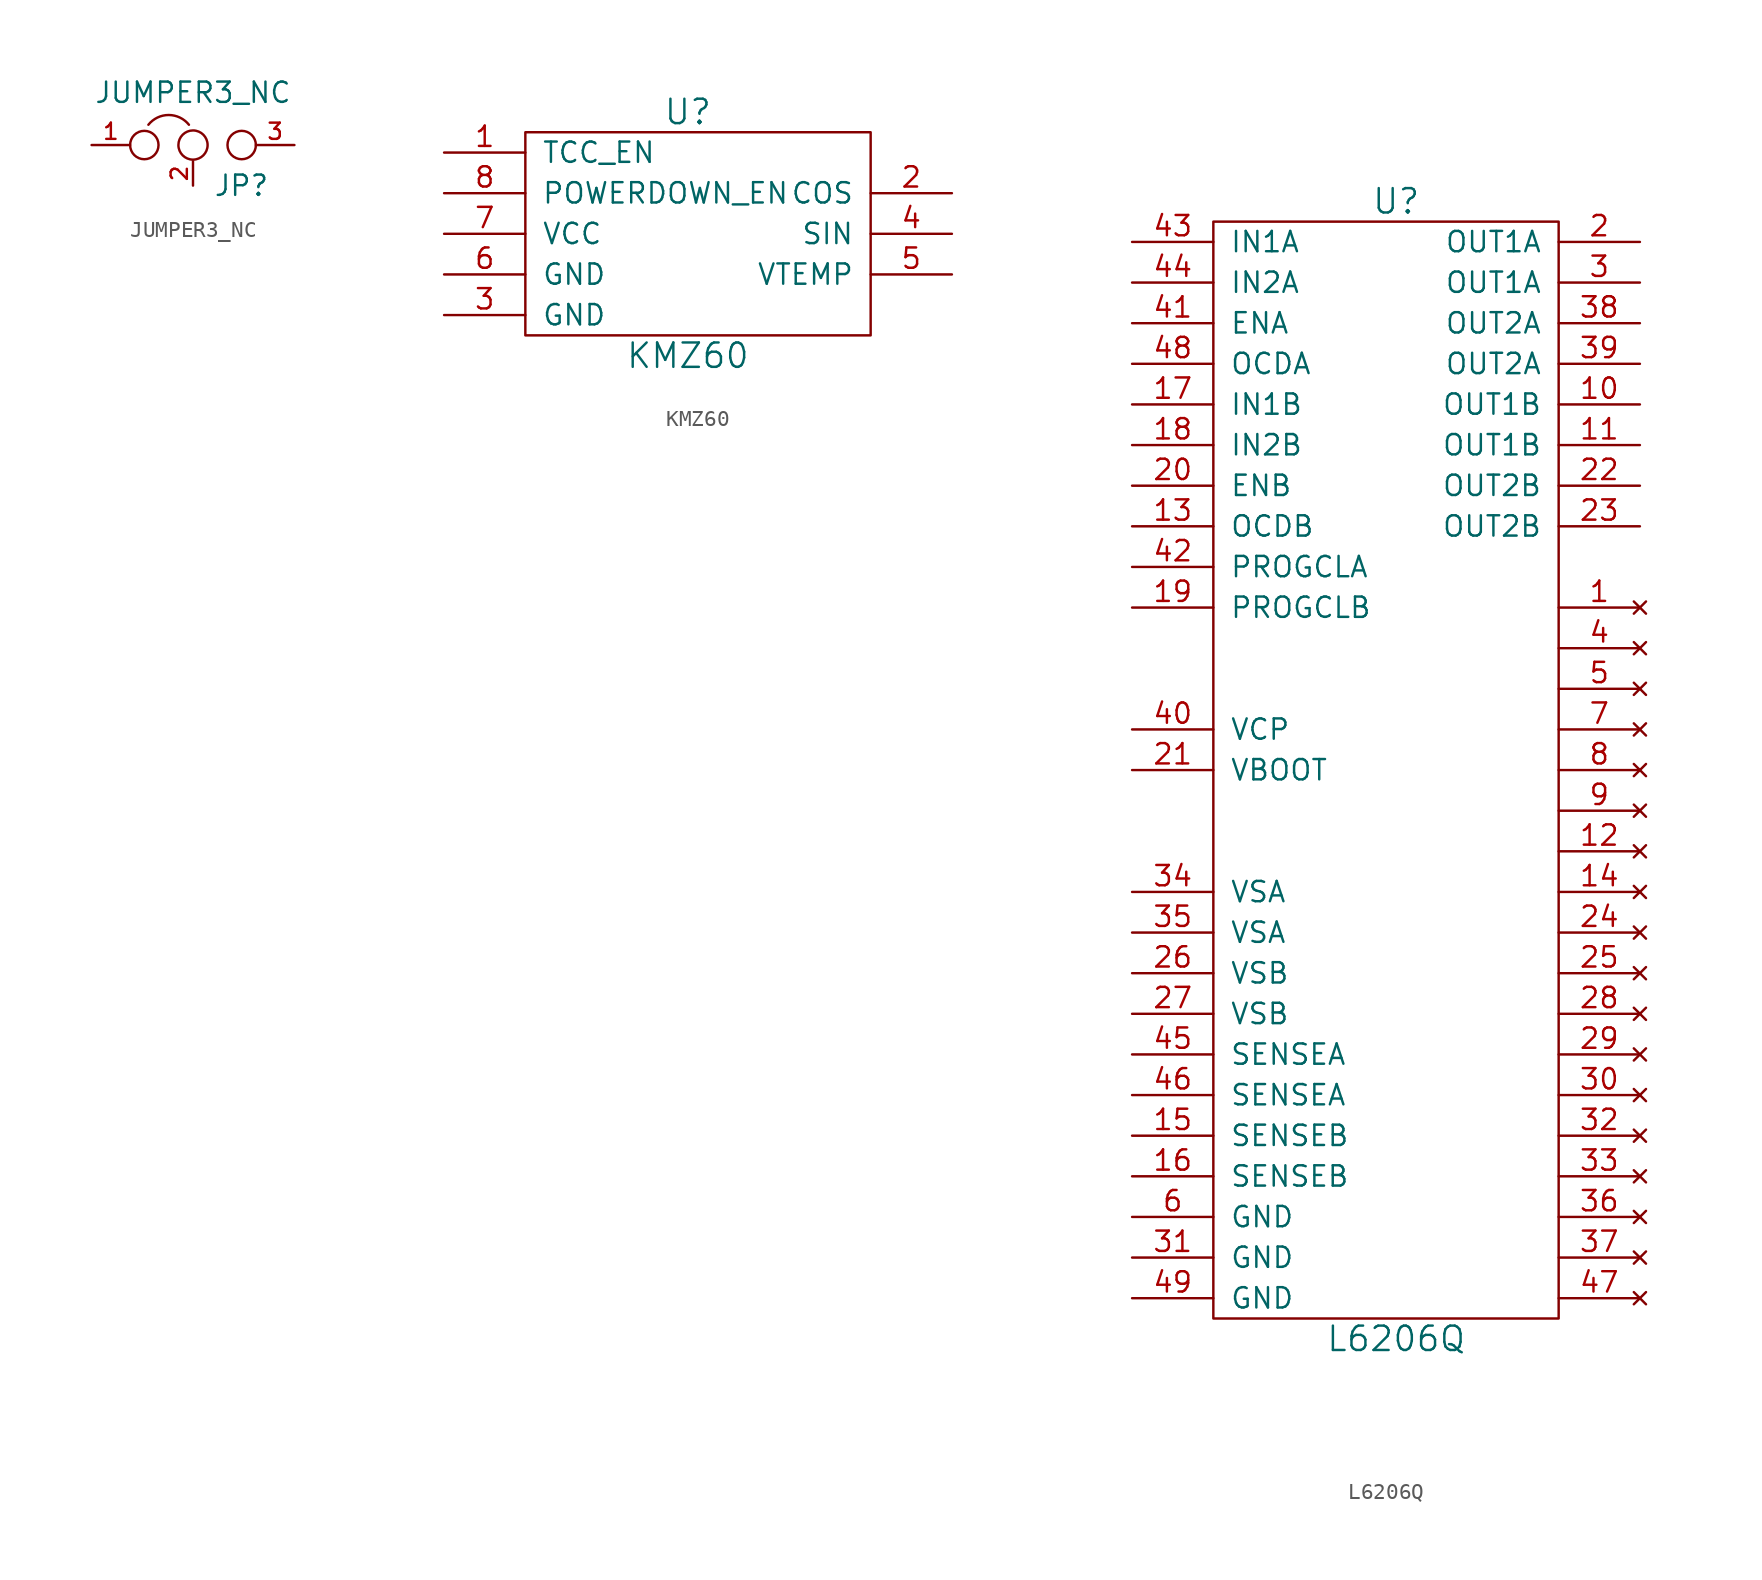
<source format=kicad_sym>
(kicad_symbol_lib
  (version 20220914)
  (generator kicad_symbol_editor)
  (symbol "JUMPER3_NC"
    (pin_names
      (offset 0.762) hide)
    (property "Reference" "JP"
      (at 1.27 -2.54 0)
      (effects (font (size 1.27 1.27)) (justify left)))
    (property "Value" "JUMPER3_NC"
      (at 0 2.54 0)
      (effects (font (size 1.27 1.27)) (justify bottom)))
    (property "Footprint" ""
      (at 0 0 0)
      (effects (font (size 1.27 1.27))))
    (property "Datasheet" ""
      (at 0 0 0)
      (effects (font (size 1.27 1.27))))
    (symbol "JUMPER3_NC_0_1"
      (circle (center -3.048 0) (radius 0.889) (stroke (width 0) (type default)) (fill (type none)))
      (arc (start -0.254 1.27) (mid -1.524 1.8804) (end -2.794 1.27) (stroke (width 0) (type default)) (fill (type none)))
      (circle (center 0 0) (radius 0.914) (stroke (width 0) (type default)) (fill (type none)))
      (circle (center 3.048 0) (radius 0.889) (stroke (width 0) (type default)) (fill (type none)))
      (pin passive line (at -6.35 0 0) (length 2.413) (name "1" (effects (font (size 1.016 1.016)))) (number "1" (effects (font (size 1.016 1.016)))))
      (pin passive line (at 0 -2.54 90) (length 1.524) (name "2" (effects (font (size 1.016 1.016)))) (number "2" (effects (font (size 1.016 1.016)))))
      (pin passive line (at 6.35 0 180) (length 2.413) (name "3" (effects (font (size 1.016 1.016)))) (number "3" (effects (font (size 1.016 1.016)))))))
  (symbol "KMZ60"
    (pin_names
      (offset 1.016))
    (property "Reference" "U"
      (at 0 7.62 0)
      (effects (font (size 1.524 1.524))))
    (property "Value" "KMZ60"
      (at 0 -7.62 0)
      (effects (font (size 1.524 1.524))))
    (symbol "KMZ60_0_1"
      (rectangle (start -10.16 6.35) (end 11.43 -6.35) (stroke (width 0) (type default)) (fill (type none))))
    (symbol "KMZ60_1_1"
      (pin input line (at -15.24 5.08 0) (length 5.08) (name "TCC_EN" (effects (font (size 1.27 1.27)))) (number "1" (effects (font (size 1.27 1.27)))))
      (pin output line (at 16.51 2.54 180) (length 5.08) (name "COS" (effects (font (size 1.27 1.27)))) (number "2" (effects (font (size 1.27 1.27)))))
      (pin power_in line (at -15.24 -5.08 0) (length 5.08) (name "GND" (effects (font (size 1.27 1.27)))) (number "3" (effects (font (size 1.27 1.27)))))
      (pin output line (at 16.51 0 180) (length 5.08) (name "SIN" (effects (font (size 1.27 1.27)))) (number "4" (effects (font (size 1.27 1.27)))))
      (pin output line (at 16.51 -2.54 180) (length 5.08) (name "VTEMP" (effects (font (size 1.27 1.27)))) (number "5" (effects (font (size 1.27 1.27)))))
      (pin power_in line (at -15.24 -2.54 0) (length 5.08) (name "GND" (effects (font (size 1.27 1.27)))) (number "6" (effects (font (size 1.27 1.27)))))
      (pin power_in line (at -15.24 0 0) (length 5.08) (name "VCC" (effects (font (size 1.27 1.27)))) (number "7" (effects (font (size 1.27 1.27)))))
      (pin input line (at -15.24 2.54 0) (length 5.08) (name "POWERDOWN_EN" (effects (font (size 1.27 1.27)))) (number "8" (effects (font (size 1.27 1.27)))))))
  (symbol "L6206Q"
    (pin_names
      (offset 1.016))
    (property "Reference" "U"
      (at 0 34.29 0)
      (effects (font (size 1.524 1.524))))
    (property "Value" "L6206Q"
      (at 0 -36.83 0)
      (effects (font (size 1.524 1.524))))
    (symbol "L6206Q_0_1"
      (rectangle (start -11.43 -35.56) (end 10.16 33.02) (stroke (width 0) (type default)) (fill (type none))))
    (symbol "L6206Q_1_1"
      (pin no_connect line (at 15.24 8.89 180) (length 5.08) (name "~" (effects (font (size 1.27 1.27)))) (number "1" (effects (font (size 1.27 1.27)))))
      (pin output line (at 15.24 21.59 180) (length 5.08) (name "OUT1B" (effects (font (size 1.27 1.27)))) (number "10" (effects (font (size 1.27 1.27)))))
      (pin output line (at 15.24 19.05 180) (length 5.08) (name "OUT1B" (effects (font (size 1.27 1.27)))) (number "11" (effects (font (size 1.27 1.27)))))
      (pin no_connect line (at 15.24 -6.35 180) (length 5.08) (name "~" (effects (font (size 1.27 1.27)))) (number "12" (effects (font (size 1.27 1.27)))))
      (pin power_in line (at -16.51 13.97 0) (length 5.08) (name "OCDB" (effects (font (size 1.27 1.27)))) (number "13" (effects (font (size 1.27 1.27)))))
      (pin no_connect line (at 15.24 -8.89 180) (length 5.08) (name "~" (effects (font (size 1.27 1.27)))) (number "14" (effects (font (size 1.27 1.27)))))
      (pin power_in line (at -16.51 -24.13 0) (length 5.08) (name "SENSEB" (effects (font (size 1.27 1.27)))) (number "15" (effects (font (size 1.27 1.27)))))
      (pin power_in line (at -16.51 -26.67 0) (length 5.08) (name "SENSEB" (effects (font (size 1.27 1.27)))) (number "16" (effects (font (size 1.27 1.27)))))
      (pin output line (at -16.51 21.59 0) (length 5.08) (name "IN1B" (effects (font (size 1.27 1.27)))) (number "17" (effects (font (size 1.27 1.27)))))
      (pin output line (at -16.51 19.05 0) (length 5.08) (name "IN2B" (effects (font (size 1.27 1.27)))) (number "18" (effects (font (size 1.27 1.27)))))
      (pin power_in line (at -16.51 8.89 0) (length 5.08) (name "PROGCLB" (effects (font (size 1.27 1.27)))) (number "19" (effects (font (size 1.27 1.27)))))
      (pin output line (at 15.24 31.75 180) (length 5.08) (name "OUT1A" (effects (font (size 1.27 1.27)))) (number "2" (effects (font (size 1.27 1.27)))))
      (pin output line (at -16.51 16.51 0) (length 5.08) (name "ENB" (effects (font (size 1.27 1.27)))) (number "20" (effects (font (size 1.27 1.27)))))
      (pin power_in line (at -16.51 -1.27 0) (length 5.08) (name "VBOOT" (effects (font (size 1.27 1.27)))) (number "21" (effects (font (size 1.27 1.27)))))
      (pin output line (at 15.24 16.51 180) (length 5.08) (name "OUT2B" (effects (font (size 1.27 1.27)))) (number "22" (effects (font (size 1.27 1.27)))))
      (pin output line (at 15.24 13.97 180) (length 5.08) (name "OUT2B" (effects (font (size 1.27 1.27)))) (number "23" (effects (font (size 1.27 1.27)))))
      (pin no_connect line (at 15.24 -11.43 180) (length 5.08) (name "~" (effects (font (size 1.27 1.27)))) (number "24" (effects (font (size 1.27 1.27)))))
      (pin no_connect line (at 15.24 -13.97 180) (length 5.08) (name "~" (effects (font (size 1.27 1.27)))) (number "25" (effects (font (size 1.27 1.27)))))
      (pin power_in line (at -16.51 -13.97 0) (length 5.08) (name "VSB" (effects (font (size 1.27 1.27)))) (number "26" (effects (font (size 1.27 1.27)))))
      (pin power_in line (at -16.51 -16.51 0) (length 5.08) (name "VSB" (effects (font (size 1.27 1.27)))) (number "27" (effects (font (size 1.27 1.27)))))
      (pin no_connect line (at 15.24 -16.51 180) (length 5.08) (name "~" (effects (font (size 1.27 1.27)))) (number "28" (effects (font (size 1.27 1.27)))))
      (pin no_connect line (at 15.24 -19.05 180) (length 5.08) (name "~" (effects (font (size 1.27 1.27)))) (number "29" (effects (font (size 1.27 1.27)))))
      (pin output line (at 15.24 29.21 180) (length 5.08) (name "OUT1A" (effects (font (size 1.27 1.27)))) (number "3" (effects (font (size 1.27 1.27)))))
      (pin no_connect line (at 15.24 -21.59 180) (length 5.08) (name "~" (effects (font (size 1.27 1.27)))) (number "30" (effects (font (size 1.27 1.27)))))
      (pin power_in line (at -16.51 -31.75 0) (length 5.08) (name "GND" (effects (font (size 1.27 1.27)))) (number "31" (effects (font (size 1.27 1.27)))))
      (pin no_connect line (at 15.24 -24.13 180) (length 5.08) (name "~" (effects (font (size 1.27 1.27)))) (number "32" (effects (font (size 1.27 1.27)))))
      (pin no_connect line (at 15.24 -26.67 180) (length 5.08) (name "~" (effects (font (size 1.27 1.27)))) (number "33" (effects (font (size 1.27 1.27)))))
      (pin power_in line (at -16.51 -8.89 0) (length 5.08) (name "VSA" (effects (font (size 1.27 1.27)))) (number "34" (effects (font (size 1.27 1.27)))))
      (pin power_in line (at -16.51 -11.43 0) (length 5.08) (name "VSA" (effects (font (size 1.27 1.27)))) (number "35" (effects (font (size 1.27 1.27)))))
      (pin no_connect line (at 15.24 -29.21 180) (length 5.08) (name "~" (effects (font (size 1.27 1.27)))) (number "36" (effects (font (size 1.27 1.27)))))
      (pin no_connect line (at 15.24 -31.75 180) (length 5.08) (name "~" (effects (font (size 1.27 1.27)))) (number "37" (effects (font (size 1.27 1.27)))))
      (pin output line (at 15.24 26.67 180) (length 5.08) (name "OUT2A" (effects (font (size 1.27 1.27)))) (number "38" (effects (font (size 1.27 1.27)))))
      (pin output line (at 15.24 24.13 180) (length 5.08) (name "OUT2A" (effects (font (size 1.27 1.27)))) (number "39" (effects (font (size 1.27 1.27)))))
      (pin no_connect line (at 15.24 6.35 180) (length 5.08) (name "~" (effects (font (size 1.27 1.27)))) (number "4" (effects (font (size 1.27 1.27)))))
      (pin power_in line (at -16.51 1.27 0) (length 5.08) (name "VCP" (effects (font (size 1.27 1.27)))) (number "40" (effects (font (size 1.27 1.27)))))
      (pin output line (at -16.51 26.67 0) (length 5.08) (name "ENA" (effects (font (size 1.27 1.27)))) (number "41" (effects (font (size 1.27 1.27)))))
      (pin power_in line (at -16.51 11.43 0) (length 5.08) (name "PROGCLA" (effects (font (size 1.27 1.27)))) (number "42" (effects (font (size 1.27 1.27)))))
      (pin output line (at -16.51 31.75 0) (length 5.08) (name "IN1A" (effects (font (size 1.27 1.27)))) (number "43" (effects (font (size 1.27 1.27)))))
      (pin output line (at -16.51 29.21 0) (length 5.08) (name "IN2A" (effects (font (size 1.27 1.27)))) (number "44" (effects (font (size 1.27 1.27)))))
      (pin power_in line (at -16.51 -19.05 0) (length 5.08) (name "SENSEA" (effects (font (size 1.27 1.27)))) (number "45" (effects (font (size 1.27 1.27)))))
      (pin power_in line (at -16.51 -21.59 0) (length 5.08) (name "SENSEA" (effects (font (size 1.27 1.27)))) (number "46" (effects (font (size 1.27 1.27)))))
      (pin no_connect line (at 15.24 -34.29 180) (length 5.08) (name "~" (effects (font (size 1.27 1.27)))) (number "47" (effects (font (size 1.27 1.27)))))
      (pin power_in line (at -16.51 24.13 0) (length 5.08) (name "OCDA" (effects (font (size 1.27 1.27)))) (number "48" (effects (font (size 1.27 1.27)))))
      (pin power_in line (at -16.51 -34.29 0) (length 5.08) (name "GND" (effects (font (size 1.27 1.27)))) (number "49" (effects (font (size 1.27 1.27)))))
      (pin no_connect line (at 15.24 3.81 180) (length 5.08) (name "~" (effects (font (size 1.27 1.27)))) (number "5" (effects (font (size 1.27 1.27)))))
      (pin power_in line (at -16.51 -29.21 0) (length 5.08) (name "GND" (effects (font (size 1.27 1.27)))) (number "6" (effects (font (size 1.27 1.27)))))
      (pin no_connect line (at 15.24 1.27 180) (length 5.08) (name "~" (effects (font (size 1.27 1.27)))) (number "7" (effects (font (size 1.27 1.27)))))
      (pin no_connect line (at 15.24 -1.27 180) (length 5.08) (name "~" (effects (font (size 1.27 1.27)))) (number "8" (effects (font (size 1.27 1.27)))))
      (pin no_connect line (at 15.24 -3.81 180) (length 5.08) (name "~" (effects (font (size 1.27 1.27)))) (number "9" (effects (font (size 1.27 1.27))))))))
</source>
